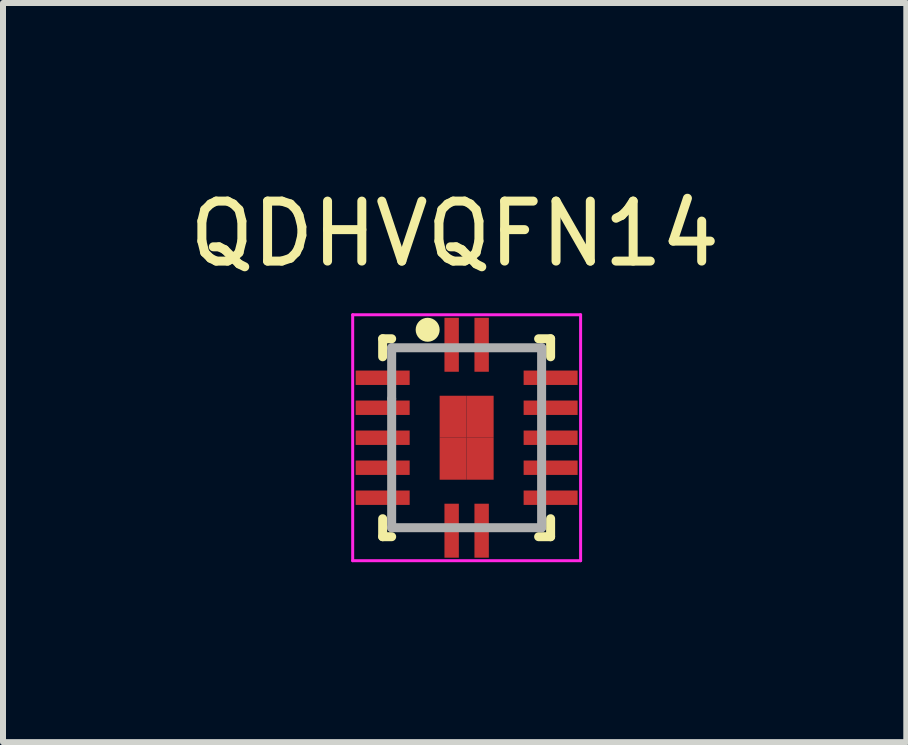
<source format=kicad_pcb>
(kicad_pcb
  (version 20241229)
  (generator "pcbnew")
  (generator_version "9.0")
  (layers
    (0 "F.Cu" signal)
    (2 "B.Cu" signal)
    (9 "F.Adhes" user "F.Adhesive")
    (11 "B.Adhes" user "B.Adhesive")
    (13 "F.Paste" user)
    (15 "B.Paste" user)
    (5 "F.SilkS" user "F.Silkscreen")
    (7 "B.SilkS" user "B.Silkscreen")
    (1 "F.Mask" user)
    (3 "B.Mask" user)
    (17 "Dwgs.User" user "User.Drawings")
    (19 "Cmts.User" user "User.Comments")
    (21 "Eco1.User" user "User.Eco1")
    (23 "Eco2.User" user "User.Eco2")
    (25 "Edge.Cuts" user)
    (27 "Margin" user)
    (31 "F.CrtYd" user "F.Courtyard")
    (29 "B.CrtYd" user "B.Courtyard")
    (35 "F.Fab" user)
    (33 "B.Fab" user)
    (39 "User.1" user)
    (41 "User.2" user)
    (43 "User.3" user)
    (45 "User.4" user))
  (footprint "QDHVQFN14"
    (layer "F.Cu")
    (at 4.73 4.248)
    (property "Reference" "QDHVQFN14" (at -0.2 -3.4 0) (layer "F.SilkS") (effects (font (size 1 1) (thickness 0.15))))
    (attr smd)
    (fp_line (start -1.4 -1.65) (end -1.25 -1.65) (stroke (width 0.15) (type solid)) (layer "F.SilkS"))
    (fp_line (start -1.4 -1.35) (end -1.4 -1.65) (stroke (width 0.15) (type solid)) (layer "F.SilkS"))
    (fp_line (start -1.4 1.35) (end -1.4 1.65) (stroke (width 0.15) (type solid)) (layer "F.SilkS"))
    (fp_line (start -1.4 1.65) (end -1.25 1.65) (stroke (width 0.15) (type solid)) (layer "F.SilkS"))
    (fp_line (start 1.4 -1.65) (end 1.2 -1.65) (stroke (width 0.15) (type solid)) (layer "F.SilkS"))
    (fp_line (start 1.4 -1.35) (end 1.4 -1.65) (stroke (width 0.15) (type solid)) (layer "F.SilkS"))
    (fp_line (start 1.4 1.35) (end 1.4 1.65) (stroke (width 0.15) (type solid)) (layer "F.SilkS"))
    (fp_line (start 1.4 1.65) (end 1.2 1.65) (stroke (width 0.15) (type solid)) (layer "F.SilkS"))
    (fp_circle (center -0.65 -1.8) (end -0.65 -1.7) (stroke (width 0.2) (type solid)) (fill no) (layer "F.SilkS"))
    (fp_line (start -1.9 -2.05) (end -1.9 2.05) (stroke (width 0.05) (type solid)) (layer "F.CrtYd"))
    (fp_line (start -1.9 2.05) (end 1.9 2.05) (stroke (width 0.05) (type solid)) (layer "F.CrtYd"))
    (fp_line (start 1.9 -2.05) (end -1.9 -2.05) (stroke (width 0.05) (type solid)) (layer "F.CrtYd"))
    (fp_line (start 1.9 2.05) (end 1.9 -2.05) (stroke (width 0.05) (type solid)) (layer "F.CrtYd"))
    (fp_line (start -1.25 -1.5) (end 1.25 -1.5) (stroke (width 0.15) (type solid)) (layer "F.Fab"))
    (fp_line (start -1.25 -0.65) (end -1.25 -1.5) (stroke (width 0.15) (type solid)) (layer "F.Fab"))
    (fp_line (start -1.25 1.5) (end -1.25 -0.65) (stroke (width 0.15) (type solid)) (layer "F.Fab"))
    (fp_line (start 1.25 -1.5) (end 1.25 1.5) (stroke (width 0.15) (type solid)) (layer "F.Fab"))
    (fp_line (start 1.25 1.5) (end -1.25 1.5) (stroke (width 0.15) (type solid)) (layer "F.Fab"))
    (pad "1" smd rect (at -0.25 -1.55) (size 0.24 0.9) (layers "F.Cu" "F.Mask" "F.Paste"))
    (pad "2" smd rect (at -1.4 -1 90) (size 0.24 0.9) (layers "F.Cu" "F.Mask" "F.Paste"))
    (pad "3" smd rect (at -1.4 -0.5 90) (size 0.24 0.9) (layers "F.Cu" "F.Mask" "F.Paste"))
    (pad "4" smd rect (at -1.4 0 90) (size 0.24 0.9) (layers "F.Cu" "F.Mask" "F.Paste"))
    (pad "5" smd rect (at -1.4 0.5 90) (size 0.24 0.9) (layers "F.Cu" "F.Mask" "F.Paste"))
    (pad "6" smd rect (at -1.4 1 90) (size 0.24 0.9) (layers "F.Cu" "F.Mask" "F.Paste"))
    (pad "7" smd rect (at -0.25 1.55) (size 0.24 0.9) (layers "F.Cu" "F.Mask" "F.Paste"))
    (pad "8" smd rect (at 0.25 1.55) (size 0.24 0.9) (layers "F.Cu" "F.Mask" "F.Paste"))
    (pad "9" smd rect (at 1.4 1 90) (size 0.24 0.9) (layers "F.Cu" "F.Mask" "F.Paste"))
    (pad "10" smd rect (at 1.4 0.5 90) (size 0.24 0.9) (layers "F.Cu" "F.Mask" "F.Paste"))
    (pad "11" smd rect (at 1.4 0 90) (size 0.24 0.9) (layers "F.Cu" "F.Mask" "F.Paste"))
    (pad "12" smd rect (at 1.4 -0.5 90) (size 0.24 0.9) (layers "F.Cu" "F.Mask" "F.Paste"))
    (pad "13" smd rect (at 1.4 -1 90) (size 0.24 0.9) (layers "F.Cu" "F.Mask" "F.Paste"))
    (pad "14" smd rect (at 0.25 -1.55) (size 0.24 0.9) (layers "F.Cu" "F.Mask" "F.Paste"))
    (pad "~" smd rect (at -0.225 -0.35 90) (size 0.7 0.45) (layers "F.Cu" "F.Mask" "F.Paste"))
    (pad "~" smd rect (at -0.225 0.35 90) (size 0.7 0.45) (layers "F.Cu" "F.Mask" "F.Paste"))
    (pad "~" smd rect (at 0.225 -0.35 90) (size 0.7 0.45) (layers "F.Cu" "F.Mask" "F.Paste"))
    (pad "~" smd rect (at 0.225 0.35 90) (size 0.7 0.45) (layers "F.Cu" "F.Mask" "F.Paste")))
  (gr_rect
    (start -3 -3)
    (end 12.06 9.323)
    (stroke (width 0.1) (type default))
    (fill no)
    (layer "Edge.Cuts")))
</source>
